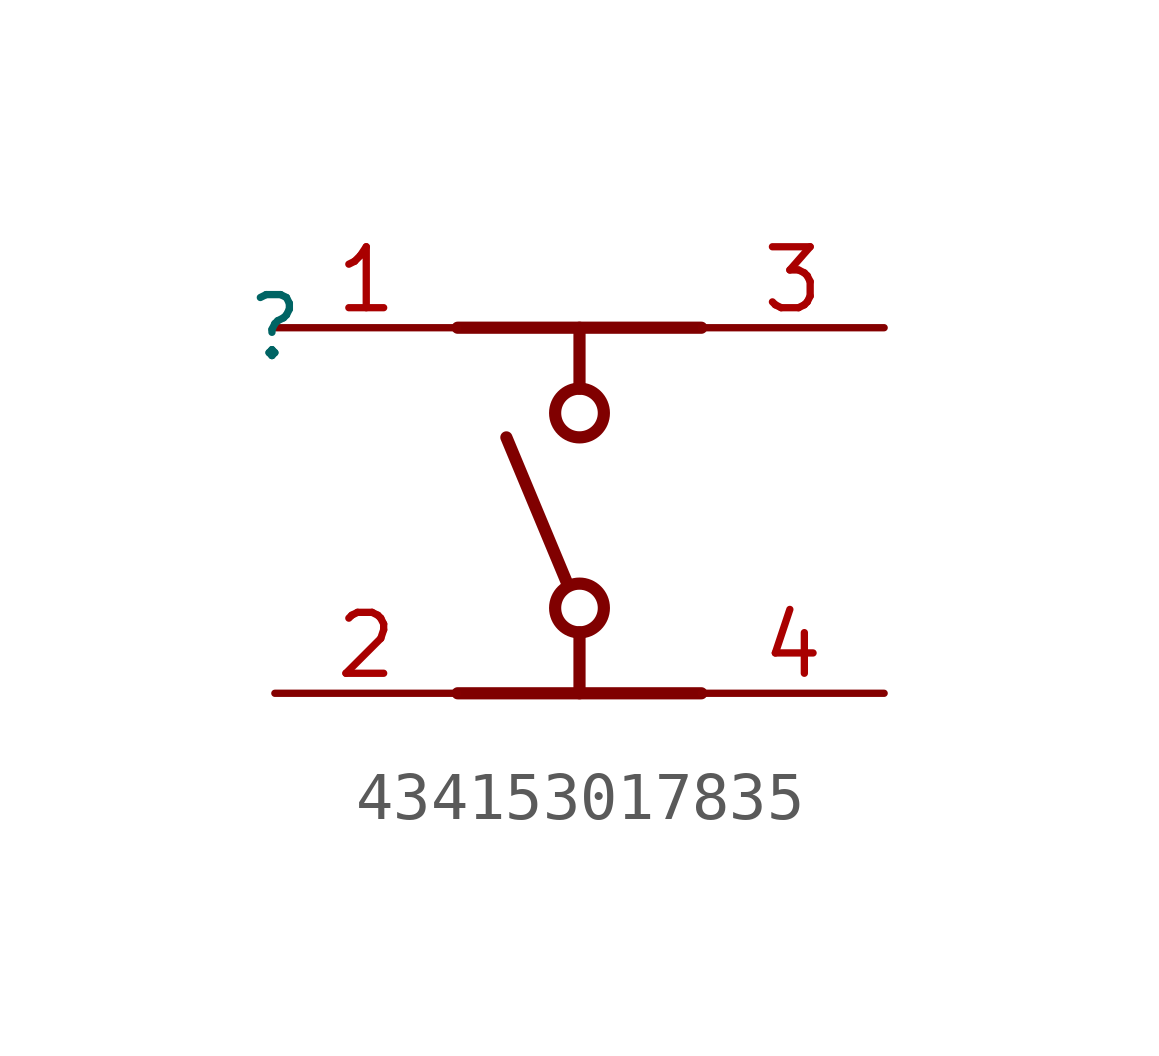
<source format=kicad_sym>
(kicad_symbol_lib
  (version 20231120)
  (generator "kicad_symbol_editor")
  (generator_version "8.0")
  (symbol "434153017835"
    (property "Reference" ""
      (at 0 0 0)
      (effects (font (size 1.27 1.27))))
    (property "Value" ""
      (at 0 0 0)
      (effects (font (size 1.27 1.27))))
    (symbol "434153017835_1_0"
      (polyline (pts (xy 3.81 0) (xy 8.89 0)) (stroke (width 0.254) (type solid) (color 128 0 0 1)) (fill (type none)))
      (polyline (pts (xy 6.096 -5.334) (xy 4.826 -2.286)) (stroke (width 0.254) (type solid) (color 128 0 0 1)) (fill (type none)))
      (polyline (pts (xy 6.35 -7.62) (xy 6.35 -6.35)) (stroke (width 0.254) (type solid) (color 128 0 0 1)) (fill (type none)))
      (polyline (pts (xy 6.35 0) (xy 6.35 -1.27)) (stroke (width 0.254) (type solid) (color 128 0 0 1)) (fill (type none)))
      (polyline (pts (xy 8.89 -7.62) (xy 3.81 -7.62)) (stroke (width 0.254) (type solid) (color 128 0 0 1)) (fill (type none)))
      (circle (center 6.35 -5.842) (radius 0.508) (stroke (width 0.254) (type solid) (color 128 0 0 1)) (fill (type none)))
      (circle (center 6.35 -1.778) (radius 0.508) (stroke (width 0.254) (type solid) (color 128 0 0 1)) (fill (type none)))
      (pin passive line (at 0 0 0) (length 3.81) (name "1" (effects (font (size 0 0)))) (number "1" (effects (font (size 1.27 1.27)))))
      (pin passive line (at 0 -7.62 0) (length 3.81) (name "2" (effects (font (size 0 0)))) (number "2" (effects (font (size 1.27 1.27)))))
      (pin passive line (at 12.7 0 180) (length 3.81) (name "3" (effects (font (size 0 0)))) (number "3" (effects (font (size 1.27 1.27)))))
      (pin passive line (at 12.7 -7.62 180) (length 3.81) (name "4" (effects (font (size 0 0)))) (number "4" (effects (font (size 1.27 1.27))))))))
</source>
